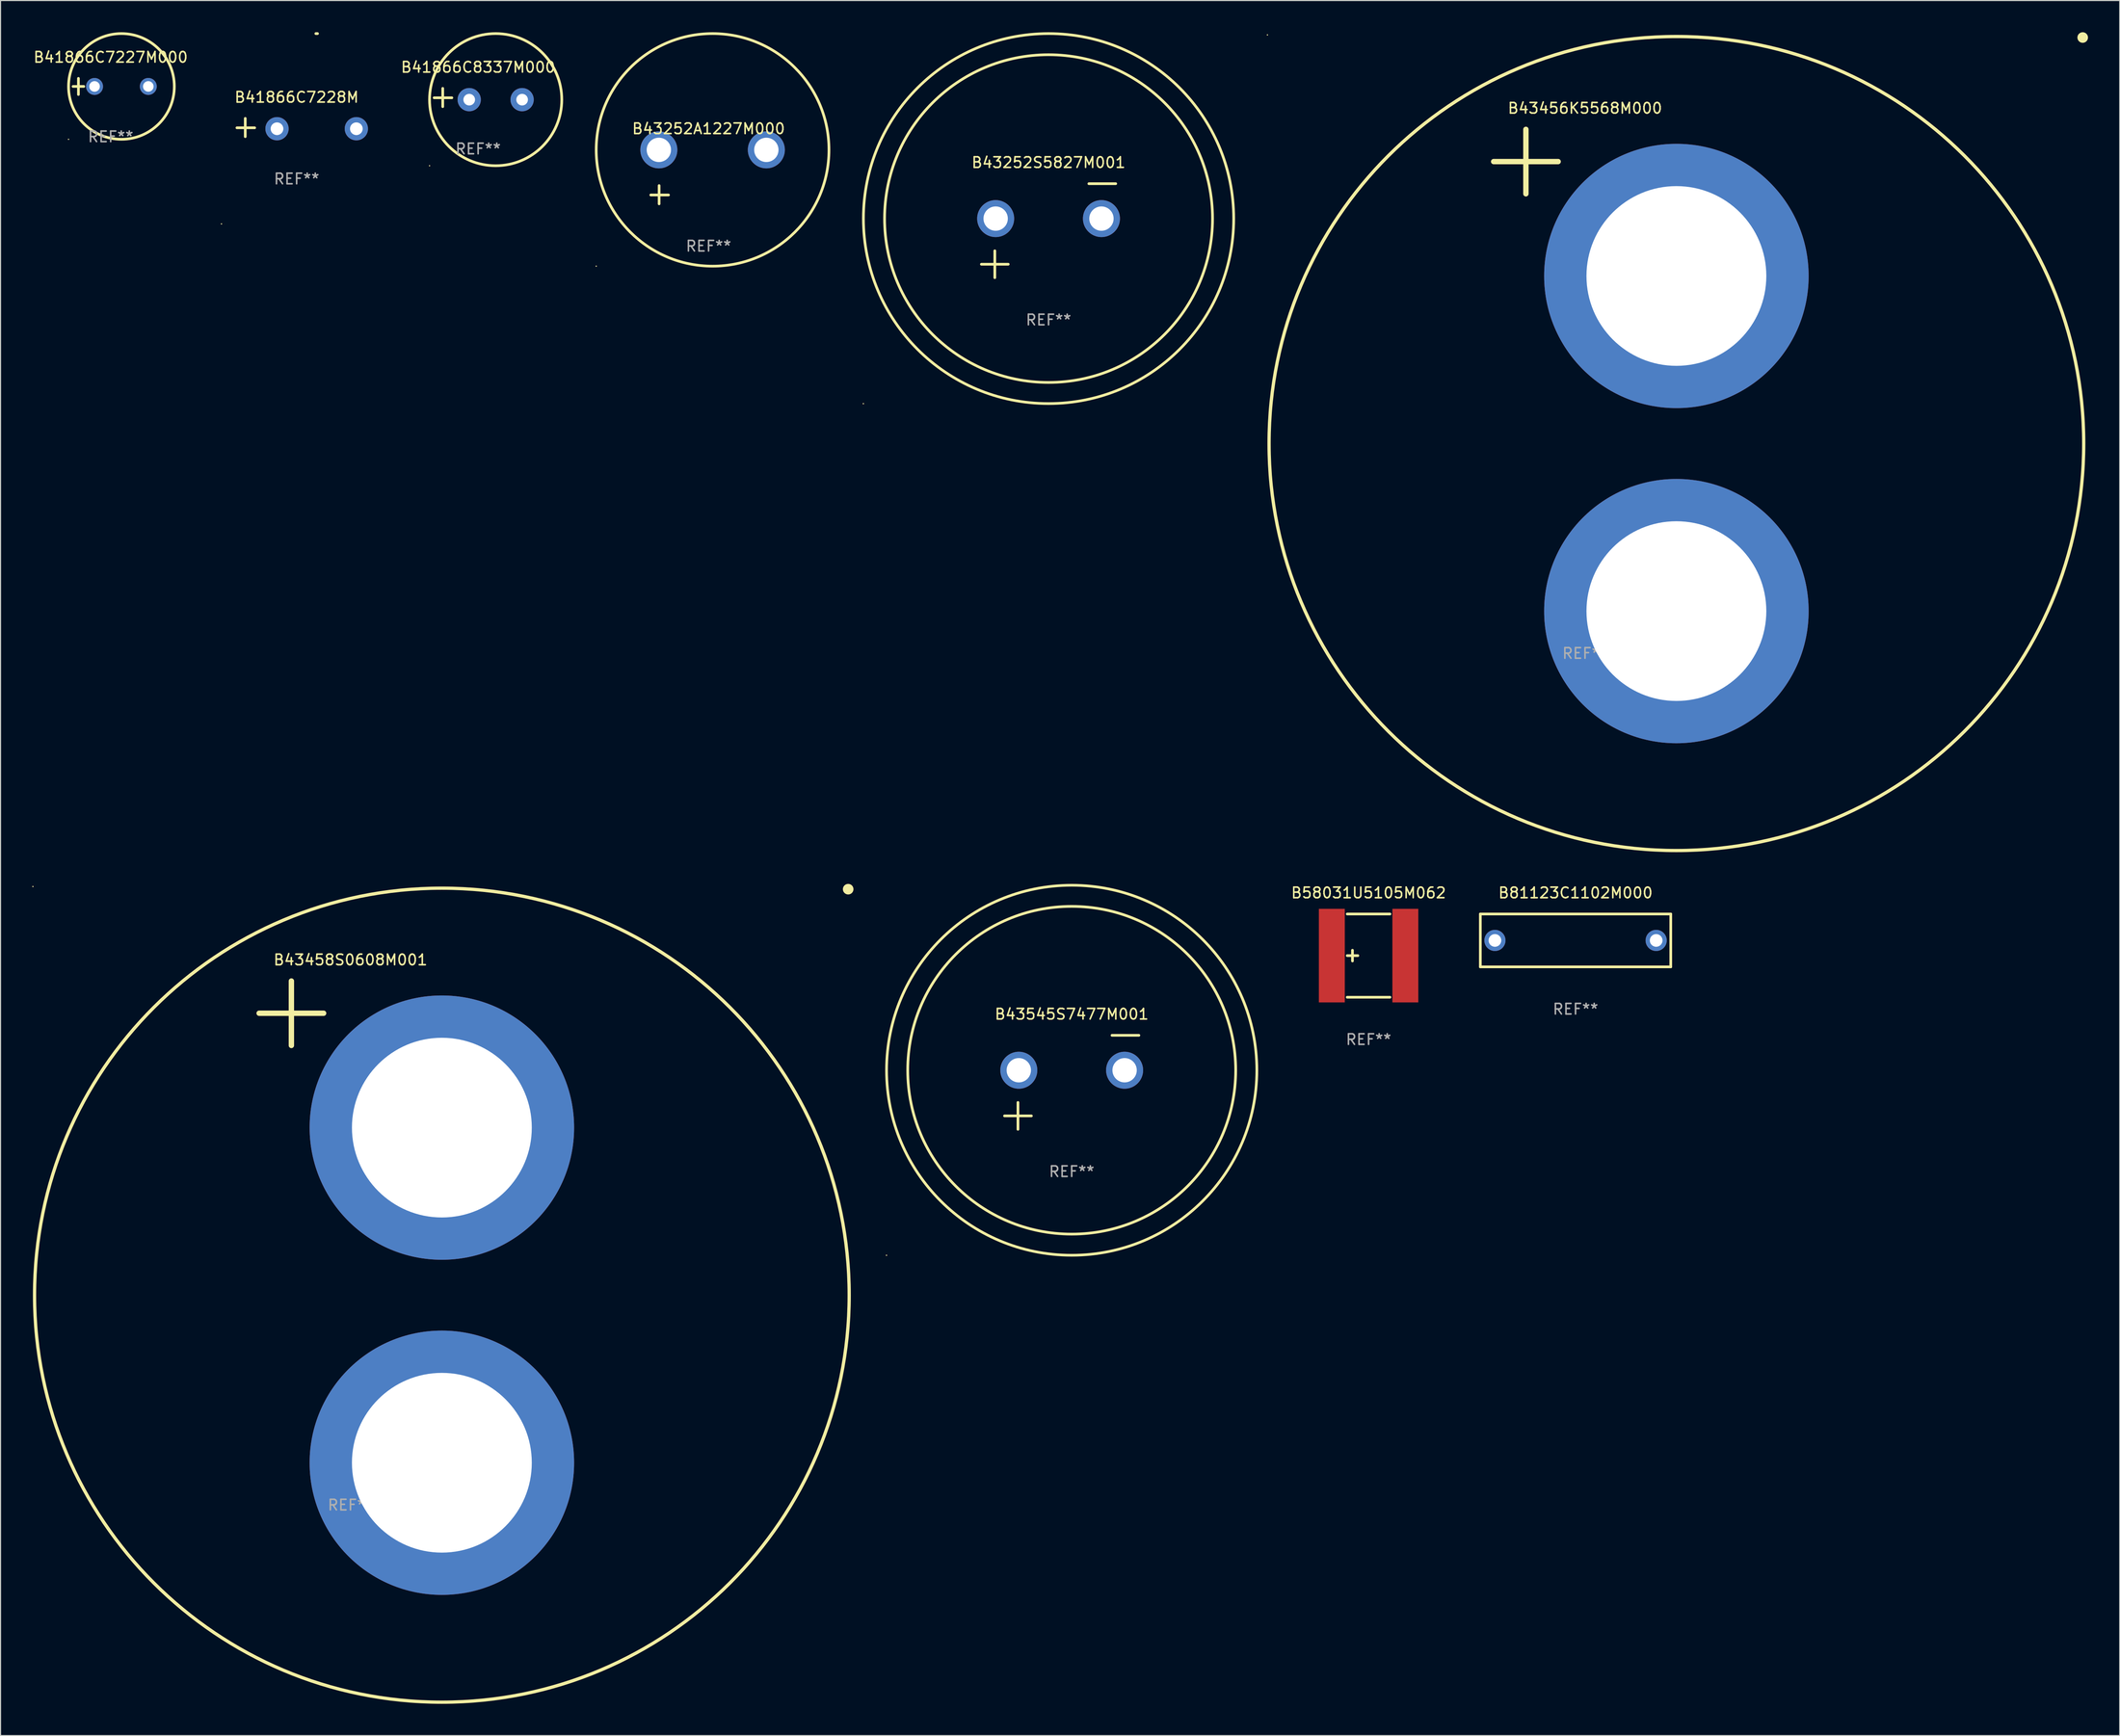
<source format=kicad_pcb>
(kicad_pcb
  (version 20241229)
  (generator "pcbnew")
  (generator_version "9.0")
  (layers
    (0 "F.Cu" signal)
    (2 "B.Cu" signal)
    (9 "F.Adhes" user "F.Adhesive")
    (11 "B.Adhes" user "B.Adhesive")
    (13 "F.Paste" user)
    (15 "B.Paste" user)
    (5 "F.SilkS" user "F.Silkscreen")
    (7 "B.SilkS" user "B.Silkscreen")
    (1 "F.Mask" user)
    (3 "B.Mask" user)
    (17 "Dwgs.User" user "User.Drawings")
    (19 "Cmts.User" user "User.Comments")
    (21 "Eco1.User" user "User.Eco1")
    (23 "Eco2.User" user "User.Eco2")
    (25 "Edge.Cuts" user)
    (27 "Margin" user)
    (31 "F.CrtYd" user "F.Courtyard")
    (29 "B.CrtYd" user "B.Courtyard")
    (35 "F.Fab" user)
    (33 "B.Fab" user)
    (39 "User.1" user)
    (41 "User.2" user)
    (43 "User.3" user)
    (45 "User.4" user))
  (footprint "B81123C1102M000"
    (layer "F.Cu")
    (at 145.869 85.908)
    (property "Reference" "B81123C1102M000" (at 0 -4.5 0) (layer "F.SilkS") (effects (font (size 1 1) (thickness 0.15))))
    (attr through_hole)
    (fp_line (start -9 -2.5) (end 9 -2.5) (stroke (width 0.254) (type solid)) (layer "F.SilkS"))
    (fp_line (start -9 2.5) (end -9 -2.5) (stroke (width 0.254) (type solid)) (layer "F.SilkS"))
    (fp_line (start 9 -2.5) (end 9 2.5) (stroke (width 0.254) (type solid)) (layer "F.SilkS"))
    (fp_line (start 9 2.5) (end -9 2.5) (stroke (width 0.254) (type solid)) (layer "F.SilkS"))
    (fp_circle (center -9 2.5) (end -8.97 2.5) (stroke (width 0.06) (type solid)) (fill no) (layer "F.SilkS"))
    (fp_text user "REF**" (at 0 6.5 0) (layer "F.Fab") (effects (font (size 1 1) (thickness 0.15))))
    (pad "1" thru_hole circle (at -7.62 -0.000127) (size 2 2) (drill 1.2) (layers "*.Cu" "*.Mask"))
    (pad "2" thru_hole circle (at 7.62 -0.000127) (size 2 2) (drill 1.2) (layers "*.Cu" "*.Mask")))
  (footprint "B41866C7228M"
    (layer "F.Cu")
    (at 24.988 9.013)
    (property "Reference" "B41866C7228M" (at 0 -2.864 0) (layer "F.SilkS") (effects (font (size 1 1) (thickness 0.15))))
    (attr through_hole)
    (fp_line (start -4.856 0.864) (end -4.856 -0.864) (stroke (width 0.254) (type solid)) (layer "F.SilkS"))
    (fp_line (start -3.967 0.025) (end -5.644 0.025) (stroke (width 0.254) (type solid)) (layer "F.SilkS"))
    (fp_arc (start 1.815024 -8.885649) (mid 1.893764 -8.88599) (end 1.972504 -8.885649) (stroke (width 0.254001) (type solid)) (layer "F.SilkS"))
    (fp_circle (center -7.106 9.114) (end -7.076 9.114) (stroke (width 0.06) (type solid)) (fill no) (layer "F.SilkS"))
    (fp_text user "REF**" (at 0 4.864 0) (layer "F.Fab") (effects (font (size 1 1) (thickness 0.15))))
    (pad "1" thru_hole circle (at -1.856 0.114) (size 2.2 2.2) (drill 1.2) (layers "*.Cu" "*.Mask"))
    (pad "2" thru_hole circle (at 5.644 0.114) (size 2.2 2.2) (drill 1.2) (layers "*.Cu" "*.Mask")))
  (footprint "B43252S5827M001"
    (layer "F.Cu")
    (at 96.058 18.77)
    (property "Reference" "B43252S5827M001" (at 0 -6.445 0) (layer "F.SilkS") (effects (font (size 1 1) (thickness 0.15))))
    (attr through_hole)
    (fp_line (start -6.35 3.175) (end -3.81 3.175) (stroke (width 0.254) (type solid)) (layer "F.SilkS"))
    (fp_line (start -5.08 1.905) (end -5.08 4.445) (stroke (width 0.254) (type solid)) (layer "F.SilkS"))
    (fp_line (start 3.81 -4.445) (end 6.35 -4.445) (stroke (width 0.254) (type solid)) (layer "F.SilkS"))
    (fp_circle (center -17.505 16.362) (end -17.475 16.362) (stroke (width 0.06) (type solid)) (fill no) (layer "F.SilkS"))
    (fp_circle (center 0 -1.143) (end 15.5 -1.143) (stroke (width 0.254) (type solid)) (fill no) (layer "F.SilkS"))
    (fp_circle (center 0 -1.143) (end 17.5 -1.143) (stroke (width 0.254) (type solid)) (fill no) (layer "F.SilkS"))
    (fp_text user "REF**" (at 0 8.445 0) (layer "F.Fab") (effects (font (size 1 1) (thickness 0.15))))
    (pad "1" thru_hole circle (at -5 -1.143) (size 3.5 3.5) (drill 2.3) (layers "*.Cu" "*.Mask"))
    (pad "2" thru_hole circle (at 5 -1.143) (size 3.5 3.5) (drill 2.3) (layers "*.Cu" "*.Mask")))
  (footprint "B43456K5568M000"
    (layer "F.Cu")
    (at 146.765 31.971)
    (property "Reference" "B43456K5568M000" (at 0 -24.784 0) (layer "F.SilkS") (effects (font (size 1 1) (thickness 0.15))))
    (attr through_hole)
    (fp_line (start -5.588 -22.784) (end -5.588 -16.688) (stroke (width 0.508) (type solid)) (layer "F.SilkS"))
    (fp_line (start -2.54 -19.736) (end -8.636 -19.736) (stroke (width 0.508) (type solid)) (layer "F.SilkS"))
    (fp_circle (center -30.019 -31.721) (end -29.989 -31.721) (stroke (width 0.06) (type solid)) (fill no) (layer "F.SilkS"))
    (fp_circle (center 8.636 6.934) (end 47.136 6.934) (stroke (width 0.31) (type solid)) (fill no) (layer "F.SilkS"))
    (fp_circle (center 47.04 -31.471) (end 47.29 -31.471) (stroke (width 0.5) (type solid)) (fill no) (layer "F.SilkS"))
    (fp_text user "REF**" (at 0 26.784 0) (layer "F.Fab") (effects (font (size 1 1) (thickness 0.15))))
    (pad "1" thru_hole circle (at 8.636 -8.916) (size 25 25) (drill 17) (layers "*.Cu" "*.Mask"))
    (pad "2" thru_hole circle (at 8.636 22.784) (size 25 25) (drill 17) (layers "*.Cu" "*.Mask")))
  (footprint "B41866C7227M000"
    (layer "F.Cu")
    (at 7.411 5.127)
    (property "Reference" "B41866C7227M000" (at 0 -2.762 0) (layer "F.SilkS") (effects (font (size 1 1) (thickness 0.15))))
    (attr through_hole)
    (fp_line (start -3.556 0) (end -2.54 0) (stroke (width 0.254) (type solid)) (layer "F.SilkS"))
    (fp_line (start -3.048 -0.762) (end -3.048 0.762) (stroke (width 0.254) (type solid)) (layer "F.SilkS"))
    (fp_circle (center -3.984 5) (end -3.954 5) (stroke (width 0.06) (type solid)) (fill no) (layer "F.SilkS"))
    (fp_circle (center 1.016 0) (end 6.016 0) (stroke (width 0.254) (type solid)) (fill no) (layer "F.SilkS"))
    (fp_text user "REF**" (at 0 4.762 0) (layer "F.Fab") (effects (font (size 1 1) (thickness 0.15))))
    (pad "1" thru_hole circle (at -1.524 0) (size 1.6 1.6) (drill 1) (layers "*.Cu" "*.Mask"))
    (pad "2" thru_hole circle (at 3.556 0) (size 1.6 1.6) (drill 1) (layers "*.Cu" "*.Mask")))
  (footprint "B43545S7477M001"
    (layer "F.Cu")
    (at 98.246 99.33)
    (property "Reference" "B43545S7477M001" (at 0 -6.445 0) (layer "F.SilkS") (effects (font (size 1 1) (thickness 0.15))))
    (attr through_hole)
    (fp_line (start -6.35 3.175) (end -3.81 3.175) (stroke (width 0.254) (type solid)) (layer "F.SilkS"))
    (fp_line (start -5.08 1.905) (end -5.08 4.445) (stroke (width 0.254) (type solid)) (layer "F.SilkS"))
    (fp_line (start 3.81 -4.445) (end 6.35 -4.445) (stroke (width 0.254) (type solid)) (layer "F.SilkS"))
    (fp_circle (center -17.505 16.362) (end -17.475 16.362) (stroke (width 0.06) (type solid)) (fill no) (layer "F.SilkS"))
    (fp_circle (center 0 -1.143) (end 15.5 -1.143) (stroke (width 0.254) (type solid)) (fill no) (layer "F.SilkS"))
    (fp_circle (center 0 -1.143) (end 17.5 -1.143) (stroke (width 0.254) (type solid)) (fill no) (layer "F.SilkS"))
    (fp_text user "REF**" (at 0 8.445 0) (layer "F.Fab") (effects (font (size 1 1) (thickness 0.15))))
    (pad "1" thru_hole circle (at -5 -1.143) (size 3.5 3.5) (drill 2.3) (layers "*.Cu" "*.Mask"))
    (pad "2" thru_hole circle (at 5 -1.143) (size 3.5 3.5) (drill 2.3) (layers "*.Cu" "*.Mask")))
  (footprint "B43252A1227M000"
    (layer "F.Cu")
    (at 63.923 13.68)
    (property "Reference" "B43252A1227M000" (at 0 -4.553 0) (layer "F.SilkS") (effects (font (size 1 1) (thickness 0.15))))
    (attr through_hole)
    (fp_line (start -4.674 2.553) (end -4.674 0.826) (stroke (width 0.254) (type solid)) (layer "F.SilkS"))
    (fp_line (start -3.785 1.715) (end -5.461 1.715) (stroke (width 0.254) (type solid)) (layer "F.SilkS"))
    (fp_circle (center -10.619 8.447) (end -10.589 8.447) (stroke (width 0.06) (type solid)) (fill no) (layer "F.SilkS"))
    (fp_circle (center 0.381 -2.553) (end 11.381 -2.553) (stroke (width 0.254) (type solid)) (fill no) (layer "F.SilkS"))
    (fp_text user "REF**" (at 0 6.553 0) (layer "F.Fab") (effects (font (size 1 1) (thickness 0.15))))
    (pad "1" thru_hole circle (at -4.699 -2.553) (size 3.5 3.5) (drill 2.3) (layers "*.Cu" "*.Mask"))
    (pad "2" thru_hole circle (at 5.461 -2.553) (size 3.5 3.5) (drill 2.3) (layers "*.Cu" "*.Mask")))
  (footprint "B43458S0608M001"
    (layer "F.Cu")
    (at 30.079 112.531)
    (property "Reference" "B43458S0608M001" (at 0 -24.784 0) (layer "F.SilkS") (effects (font (size 1 1) (thickness 0.15))))
    (attr through_hole)
    (fp_line (start -5.588 -22.784) (end -5.588 -16.688) (stroke (width 0.508) (type solid)) (layer "F.SilkS"))
    (fp_line (start -2.54 -19.736) (end -8.636 -19.736) (stroke (width 0.508) (type solid)) (layer "F.SilkS"))
    (fp_circle (center -30.019 -31.721) (end -29.989 -31.721) (stroke (width 0.06) (type solid)) (fill no) (layer "F.SilkS"))
    (fp_circle (center 8.636 6.934) (end 47.136 6.934) (stroke (width 0.31) (type solid)) (fill no) (layer "F.SilkS"))
    (fp_circle (center 47.04 -31.471) (end 47.29 -31.471) (stroke (width 0.5) (type solid)) (fill no) (layer "F.SilkS"))
    (fp_text user "REF**" (at 0 26.784 0) (layer "F.Fab") (effects (font (size 1 1) (thickness 0.15))))
    (pad "1" thru_hole circle (at 8.636 -8.916) (size 25 25) (drill 17) (layers "*.Cu" "*.Mask"))
    (pad "2" thru_hole circle (at 8.636 22.784) (size 25 25) (drill 17) (layers "*.Cu" "*.Mask")))
  (footprint "B58031U5105M062"
    (layer "F.Cu")
    (at 126.308 87.345)
    (property "Reference" "B58031U5105M062" (at 0 -5.937 0) (layer "F.SilkS") (effects (font (size 1 1) (thickness 0.15))))
    (attr through_hole)
    (fp_line (start -2.019 -3.937) (end 2.019 -3.937) (stroke (width 0.254) (type solid)) (layer "F.SilkS"))
    (fp_line (start -2.019 0) (end -1.016 0) (stroke (width 0.254) (type solid)) (layer "F.SilkS"))
    (fp_line (start -2.019 3.937) (end 2.019 3.937) (stroke (width 0.254) (type solid)) (layer "F.SilkS"))
    (fp_line (start -1.524 -0.508) (end -1.524 0.508) (stroke (width 0.254) (type solid)) (layer "F.SilkS"))
    (fp_text user "REF**" (at 0 7.937 0) (layer "F.Fab") (effects (font (size 1 1) (thickness 0.15))))
    (pad "1" smd rect (at -3.475 0) (size 2.45 8.85) (layers "F.Cu" "F.Mask" "F.Paste"))
    (pad "2" smd rect (at 3.475 0) (size 2.45 8.85) (layers "F.Cu" "F.Mask" "F.Paste")))
  (footprint "B41866C8337M000"
    (layer "F.Cu")
    (at 42.142 6.174)
    (property "Reference" "B41866C8337M000" (at 0 -2.864 0) (layer "F.SilkS") (effects (font (size 1 1) (thickness 0.15))))
    (attr through_hole)
    (fp_line (start -3.346 0.864) (end -3.346 -0.864) (stroke (width 0.254) (type solid)) (layer "F.SilkS"))
    (fp_line (start -2.482 0.025) (end -4.158 0.025) (stroke (width 0.254) (type solid)) (layer "F.SilkS"))
    (fp_circle (center -4.592 6.453) (end -4.562 6.453) (stroke (width 0.06) (type solid)) (fill no) (layer "F.SilkS"))
    (fp_circle (center 1.658 0.203) (end 7.908 0.203) (stroke (width 0.254) (type solid)) (fill no) (layer "F.SilkS"))
    (fp_text user "REF**" (at 0 4.864 0) (layer "F.Fab") (effects (font (size 1 1) (thickness 0.15))))
    (pad "1" thru_hole circle (at -0.842 0.203) (size 2.2 2.2) (drill 1.1) (layers "*.Cu" "*.Mask"))
    (pad "2" thru_hole circle (at 4.158 0.203) (size 2.2 2.2) (drill 1.1) (layers "*.Cu" "*.Mask")))
  (gr_rect
    (start -3 -3)
    (end 197.304 161.12)
    (stroke (width 0.1) (type default))
    (fill no)
    (layer "Edge.Cuts")))
</source>
